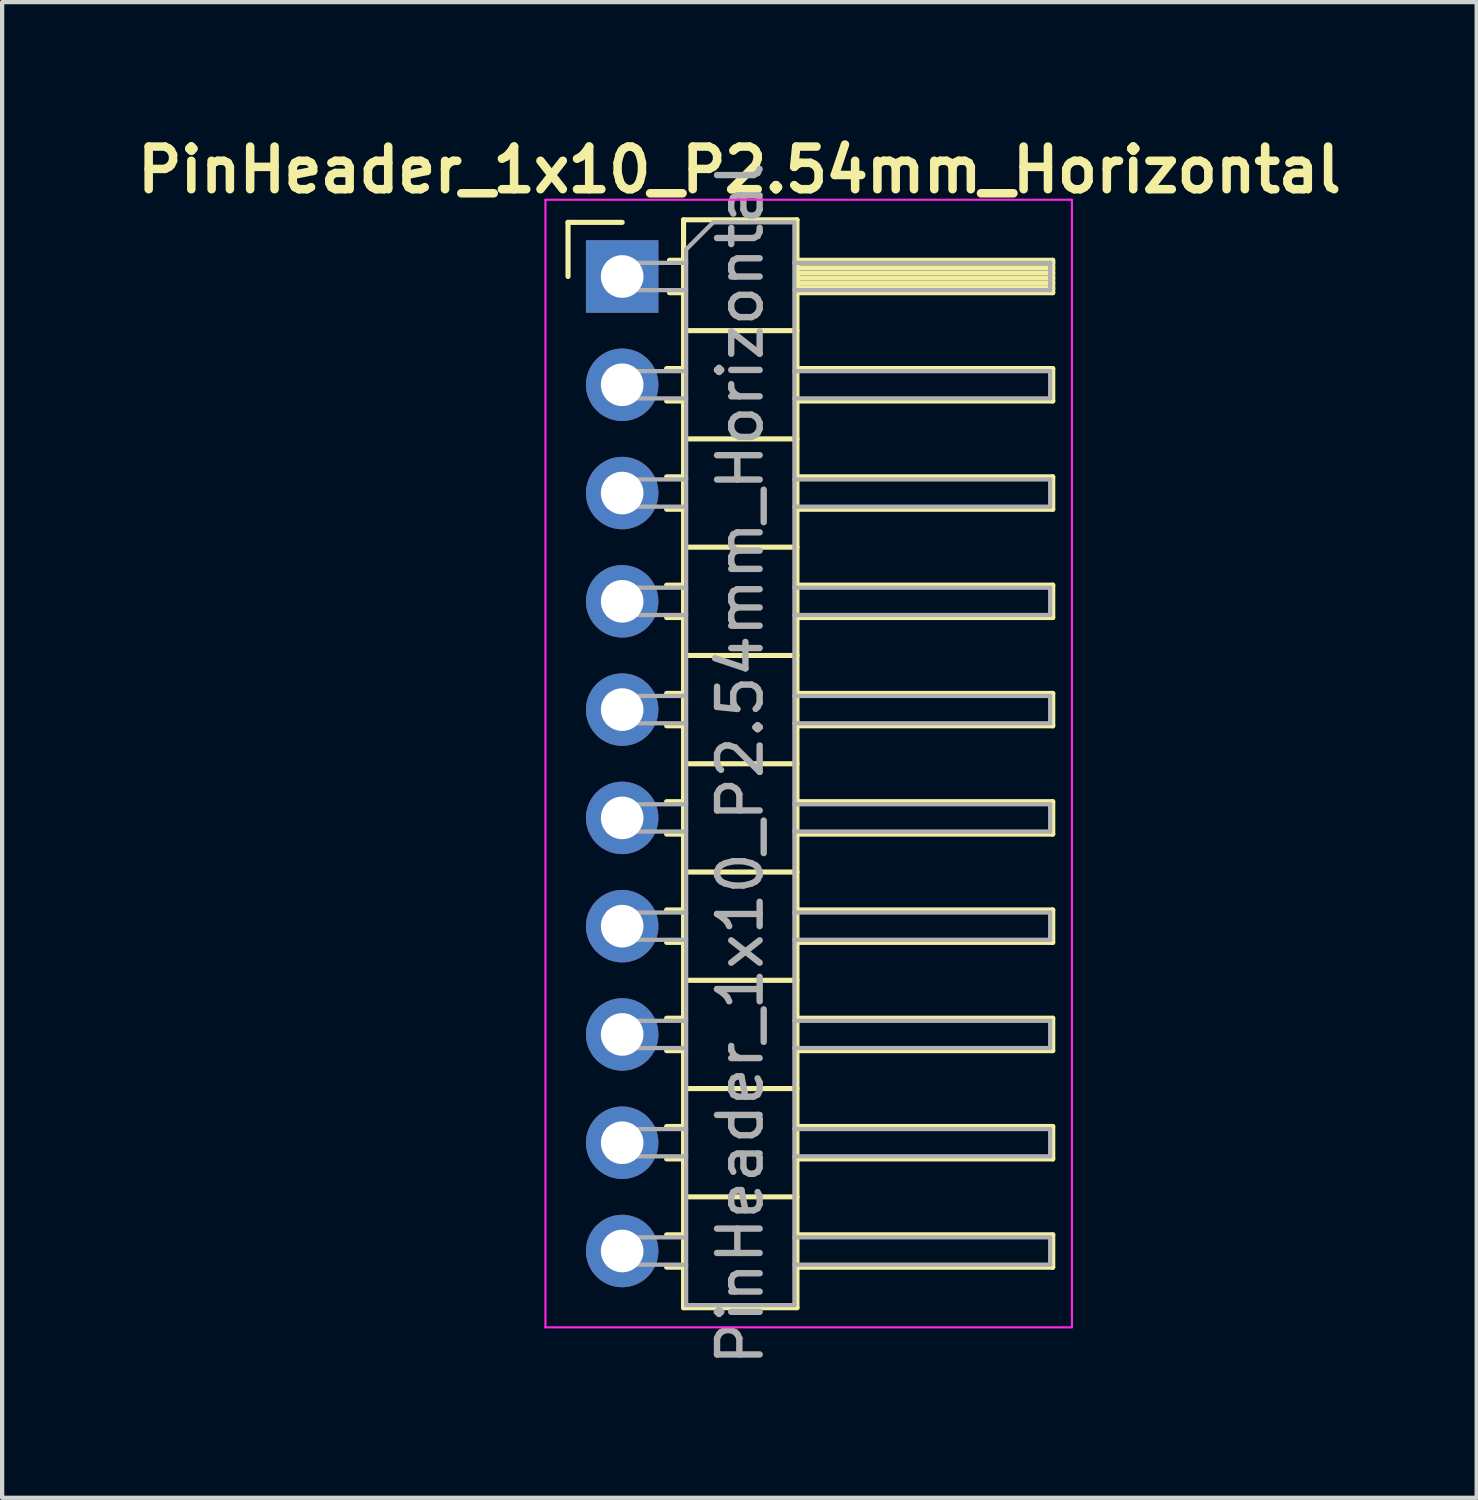
<source format=kicad_pcb>
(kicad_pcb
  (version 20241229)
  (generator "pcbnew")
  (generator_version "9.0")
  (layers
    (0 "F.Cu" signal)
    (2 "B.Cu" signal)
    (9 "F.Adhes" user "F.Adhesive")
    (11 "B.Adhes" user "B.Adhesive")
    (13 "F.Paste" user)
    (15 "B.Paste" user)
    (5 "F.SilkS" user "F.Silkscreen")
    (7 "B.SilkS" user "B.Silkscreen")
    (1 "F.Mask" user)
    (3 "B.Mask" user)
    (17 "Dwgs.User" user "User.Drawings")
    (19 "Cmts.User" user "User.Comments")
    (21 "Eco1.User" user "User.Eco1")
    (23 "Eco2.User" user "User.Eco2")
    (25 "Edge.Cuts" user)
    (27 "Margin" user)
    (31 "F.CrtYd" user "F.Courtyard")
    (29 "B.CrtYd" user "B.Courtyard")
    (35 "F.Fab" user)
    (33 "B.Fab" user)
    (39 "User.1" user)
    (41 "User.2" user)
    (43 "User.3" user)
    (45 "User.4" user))
  (footprint "PinHeader_1x10_P2.54mm_Horizontal"
    (layer "F.Cu")
    (at 11.545 3.436)
    (property "Reference" "PinHeader_1x10_P2.54mm_Horizontal" (at 2.75 -2.5 0) (layer "F.SilkS") (effects (font (size 1 1) (thickness 0.2) (bold yes))))
    (attr through_hole)
    (fp_line (start -1.27 -1.27) (end 0 -1.27) (stroke (width 0.12) (type solid)) (layer "F.SilkS"))
    (fp_line (start -1.27 0) (end -1.27 -1.27) (stroke (width 0.12) (type solid)) (layer "F.SilkS"))
    (fp_line (start 1.043 2.16) (end 1.44 2.16) (stroke (width 0.12) (type solid)) (layer "F.SilkS"))
    (fp_line (start 1.043 2.92) (end 1.44 2.92) (stroke (width 0.12) (type solid)) (layer "F.SilkS"))
    (fp_line (start 1.043 4.7) (end 1.44 4.7) (stroke (width 0.12) (type solid)) (layer "F.SilkS"))
    (fp_line (start 1.043 5.46) (end 1.44 5.46) (stroke (width 0.12) (type solid)) (layer "F.SilkS"))
    (fp_line (start 1.043 7.24) (end 1.44 7.24) (stroke (width 0.12) (type solid)) (layer "F.SilkS"))
    (fp_line (start 1.043 8) (end 1.44 8) (stroke (width 0.12) (type solid)) (layer "F.SilkS"))
    (fp_line (start 1.043 9.78) (end 1.44 9.78) (stroke (width 0.12) (type solid)) (layer "F.SilkS"))
    (fp_line (start 1.043 10.54) (end 1.44 10.54) (stroke (width 0.12) (type solid)) (layer "F.SilkS"))
    (fp_line (start 1.043 12.32) (end 1.44 12.32) (stroke (width 0.12) (type solid)) (layer "F.SilkS"))
    (fp_line (start 1.043 13.08) (end 1.44 13.08) (stroke (width 0.12) (type solid)) (layer "F.SilkS"))
    (fp_line (start 1.043 14.86) (end 1.44 14.86) (stroke (width 0.12) (type solid)) (layer "F.SilkS"))
    (fp_line (start 1.043 15.62) (end 1.44 15.62) (stroke (width 0.12) (type solid)) (layer "F.SilkS"))
    (fp_line (start 1.043 17.4) (end 1.44 17.4) (stroke (width 0.12) (type solid)) (layer "F.SilkS"))
    (fp_line (start 1.043 18.16) (end 1.44 18.16) (stroke (width 0.12) (type solid)) (layer "F.SilkS"))
    (fp_line (start 1.043 19.94) (end 1.44 19.94) (stroke (width 0.12) (type solid)) (layer "F.SilkS"))
    (fp_line (start 1.043 20.7) (end 1.44 20.7) (stroke (width 0.12) (type solid)) (layer "F.SilkS"))
    (fp_line (start 1.043 22.48) (end 1.44 22.48) (stroke (width 0.12) (type solid)) (layer "F.SilkS"))
    (fp_line (start 1.043 23.24) (end 1.44 23.24) (stroke (width 0.12) (type solid)) (layer "F.SilkS"))
    (fp_line (start 1.11 -0.38) (end 1.44 -0.38) (stroke (width 0.12) (type solid)) (layer "F.SilkS"))
    (fp_line (start 1.11 0.38) (end 1.44 0.38) (stroke (width 0.12) (type solid)) (layer "F.SilkS"))
    (fp_line (start 1.44 -1.33) (end 1.44 24.19) (stroke (width 0.12) (type solid)) (layer "F.SilkS"))
    (fp_line (start 1.44 1.27) (end 4.1 1.27) (stroke (width 0.12) (type solid)) (layer "F.SilkS"))
    (fp_line (start 1.44 3.81) (end 4.1 3.81) (stroke (width 0.12) (type solid)) (layer "F.SilkS"))
    (fp_line (start 1.44 6.35) (end 4.1 6.35) (stroke (width 0.12) (type solid)) (layer "F.SilkS"))
    (fp_line (start 1.44 8.89) (end 4.1 8.89) (stroke (width 0.12) (type solid)) (layer "F.SilkS"))
    (fp_line (start 1.44 11.43) (end 4.1 11.43) (stroke (width 0.12) (type solid)) (layer "F.SilkS"))
    (fp_line (start 1.44 13.97) (end 4.1 13.97) (stroke (width 0.12) (type solid)) (layer "F.SilkS"))
    (fp_line (start 1.44 16.51) (end 4.1 16.51) (stroke (width 0.12) (type solid)) (layer "F.SilkS"))
    (fp_line (start 1.44 19.05) (end 4.1 19.05) (stroke (width 0.12) (type solid)) (layer "F.SilkS"))
    (fp_line (start 1.44 21.59) (end 4.1 21.59) (stroke (width 0.12) (type solid)) (layer "F.SilkS"))
    (fp_line (start 1.44 24.19) (end 4.1 24.19) (stroke (width 0.12) (type solid)) (layer "F.SilkS"))
    (fp_line (start 4.1 -1.33) (end 1.44 -1.33) (stroke (width 0.12) (type solid)) (layer "F.SilkS"))
    (fp_line (start 4.1 -0.38) (end 10.1 -0.38) (stroke (width 0.12) (type solid)) (layer "F.SilkS"))
    (fp_line (start 4.1 -0.32) (end 10.1 -0.32) (stroke (width 0.12) (type solid)) (layer "F.SilkS"))
    (fp_line (start 4.1 -0.2) (end 10.1 -0.2) (stroke (width 0.12) (type solid)) (layer "F.SilkS"))
    (fp_line (start 4.1 -0.08) (end 10.1 -0.08) (stroke (width 0.12) (type solid)) (layer "F.SilkS"))
    (fp_line (start 4.1 0.04) (end 10.1 0.04) (stroke (width 0.12) (type solid)) (layer "F.SilkS"))
    (fp_line (start 4.1 0.16) (end 10.1 0.16) (stroke (width 0.12) (type solid)) (layer "F.SilkS"))
    (fp_line (start 4.1 0.28) (end 10.1 0.28) (stroke (width 0.12) (type solid)) (layer "F.SilkS"))
    (fp_line (start 4.1 2.16) (end 10.1 2.16) (stroke (width 0.12) (type solid)) (layer "F.SilkS"))
    (fp_line (start 4.1 4.7) (end 10.1 4.7) (stroke (width 0.12) (type solid)) (layer "F.SilkS"))
    (fp_line (start 4.1 7.24) (end 10.1 7.24) (stroke (width 0.12) (type solid)) (layer "F.SilkS"))
    (fp_line (start 4.1 9.78) (end 10.1 9.78) (stroke (width 0.12) (type solid)) (layer "F.SilkS"))
    (fp_line (start 4.1 12.32) (end 10.1 12.32) (stroke (width 0.12) (type solid)) (layer "F.SilkS"))
    (fp_line (start 4.1 14.86) (end 10.1 14.86) (stroke (width 0.12) (type solid)) (layer "F.SilkS"))
    (fp_line (start 4.1 17.4) (end 10.1 17.4) (stroke (width 0.12) (type solid)) (layer "F.SilkS"))
    (fp_line (start 4.1 19.94) (end 10.1 19.94) (stroke (width 0.12) (type solid)) (layer "F.SilkS"))
    (fp_line (start 4.1 22.48) (end 10.1 22.48) (stroke (width 0.12) (type solid)) (layer "F.SilkS"))
    (fp_line (start 4.1 24.19) (end 4.1 -1.33) (stroke (width 0.12) (type solid)) (layer "F.SilkS"))
    (fp_line (start 10.1 -0.38) (end 10.1 0.38) (stroke (width 0.12) (type solid)) (layer "F.SilkS"))
    (fp_line (start 10.1 0.38) (end 4.1 0.38) (stroke (width 0.12) (type solid)) (layer "F.SilkS"))
    (fp_line (start 10.1 2.16) (end 10.1 2.92) (stroke (width 0.12) (type solid)) (layer "F.SilkS"))
    (fp_line (start 10.1 2.92) (end 4.1 2.92) (stroke (width 0.12) (type solid)) (layer "F.SilkS"))
    (fp_line (start 10.1 4.7) (end 10.1 5.46) (stroke (width 0.12) (type solid)) (layer "F.SilkS"))
    (fp_line (start 10.1 5.46) (end 4.1 5.46) (stroke (width 0.12) (type solid)) (layer "F.SilkS"))
    (fp_line (start 10.1 7.24) (end 10.1 8) (stroke (width 0.12) (type solid)) (layer "F.SilkS"))
    (fp_line (start 10.1 8) (end 4.1 8) (stroke (width 0.12) (type solid)) (layer "F.SilkS"))
    (fp_line (start 10.1 9.78) (end 10.1 10.54) (stroke (width 0.12) (type solid)) (layer "F.SilkS"))
    (fp_line (start 10.1 10.54) (end 4.1 10.54) (stroke (width 0.12) (type solid)) (layer "F.SilkS"))
    (fp_line (start 10.1 12.32) (end 10.1 13.08) (stroke (width 0.12) (type solid)) (layer "F.SilkS"))
    (fp_line (start 10.1 13.08) (end 4.1 13.08) (stroke (width 0.12) (type solid)) (layer "F.SilkS"))
    (fp_line (start 10.1 14.86) (end 10.1 15.62) (stroke (width 0.12) (type solid)) (layer "F.SilkS"))
    (fp_line (start 10.1 15.62) (end 4.1 15.62) (stroke (width 0.12) (type solid)) (layer "F.SilkS"))
    (fp_line (start 10.1 17.4) (end 10.1 18.16) (stroke (width 0.12) (type solid)) (layer "F.SilkS"))
    (fp_line (start 10.1 18.16) (end 4.1 18.16) (stroke (width 0.12) (type solid)) (layer "F.SilkS"))
    (fp_line (start 10.1 19.94) (end 10.1 20.7) (stroke (width 0.12) (type solid)) (layer "F.SilkS"))
    (fp_line (start 10.1 20.7) (end 4.1 20.7) (stroke (width 0.12) (type solid)) (layer "F.SilkS"))
    (fp_line (start 10.1 22.48) (end 10.1 23.24) (stroke (width 0.12) (type solid)) (layer "F.SilkS"))
    (fp_line (start 10.1 23.24) (end 4.1 23.24) (stroke (width 0.12) (type solid)) (layer "F.SilkS"))
    (fp_line (start -1.8 -1.8) (end -1.8 24.65) (stroke (width 0.05) (type solid)) (layer "F.CrtYd"))
    (fp_line (start -1.8 24.65) (end 10.55 24.65) (stroke (width 0.05) (type solid)) (layer "F.CrtYd"))
    (fp_line (start 10.55 -1.8) (end -1.8 -1.8) (stroke (width 0.05) (type solid)) (layer "F.CrtYd"))
    (fp_line (start 10.55 24.65) (end 10.55 -1.8) (stroke (width 0.05) (type solid)) (layer "F.CrtYd"))
    (fp_line (start -0.32 -0.32) (end -0.32 0.32) (stroke (width 0.1) (type solid)) (layer "F.Fab"))
    (fp_line (start -0.32 -0.32) (end 1.5 -0.32) (stroke (width 0.1) (type solid)) (layer "F.Fab"))
    (fp_line (start -0.32 0.32) (end 1.5 0.32) (stroke (width 0.1) (type solid)) (layer "F.Fab"))
    (fp_line (start -0.32 2.22) (end -0.32 2.86) (stroke (width 0.1) (type solid)) (layer "F.Fab"))
    (fp_line (start -0.32 2.22) (end 1.5 2.22) (stroke (width 0.1) (type solid)) (layer "F.Fab"))
    (fp_line (start -0.32 2.86) (end 1.5 2.86) (stroke (width 0.1) (type solid)) (layer "F.Fab"))
    (fp_line (start -0.32 4.76) (end -0.32 5.4) (stroke (width 0.1) (type solid)) (layer "F.Fab"))
    (fp_line (start -0.32 4.76) (end 1.5 4.76) (stroke (width 0.1) (type solid)) (layer "F.Fab"))
    (fp_line (start -0.32 5.4) (end 1.5 5.4) (stroke (width 0.1) (type solid)) (layer "F.Fab"))
    (fp_line (start -0.32 7.3) (end -0.32 7.94) (stroke (width 0.1) (type solid)) (layer "F.Fab"))
    (fp_line (start -0.32 7.3) (end 1.5 7.3) (stroke (width 0.1) (type solid)) (layer "F.Fab"))
    (fp_line (start -0.32 7.94) (end 1.5 7.94) (stroke (width 0.1) (type solid)) (layer "F.Fab"))
    (fp_line (start -0.32 9.84) (end -0.32 10.48) (stroke (width 0.1) (type solid)) (layer "F.Fab"))
    (fp_line (start -0.32 9.84) (end 1.5 9.84) (stroke (width 0.1) (type solid)) (layer "F.Fab"))
    (fp_line (start -0.32 10.48) (end 1.5 10.48) (stroke (width 0.1) (type solid)) (layer "F.Fab"))
    (fp_line (start -0.32 12.38) (end -0.32 13.02) (stroke (width 0.1) (type solid)) (layer "F.Fab"))
    (fp_line (start -0.32 12.38) (end 1.5 12.38) (stroke (width 0.1) (type solid)) (layer "F.Fab"))
    (fp_line (start -0.32 13.02) (end 1.5 13.02) (stroke (width 0.1) (type solid)) (layer "F.Fab"))
    (fp_line (start -0.32 14.92) (end -0.32 15.56) (stroke (width 0.1) (type solid)) (layer "F.Fab"))
    (fp_line (start -0.32 14.92) (end 1.5 14.92) (stroke (width 0.1) (type solid)) (layer "F.Fab"))
    (fp_line (start -0.32 15.56) (end 1.5 15.56) (stroke (width 0.1) (type solid)) (layer "F.Fab"))
    (fp_line (start -0.32 17.46) (end -0.32 18.1) (stroke (width 0.1) (type solid)) (layer "F.Fab"))
    (fp_line (start -0.32 17.46) (end 1.5 17.46) (stroke (width 0.1) (type solid)) (layer "F.Fab"))
    (fp_line (start -0.32 18.1) (end 1.5 18.1) (stroke (width 0.1) (type solid)) (layer "F.Fab"))
    (fp_line (start -0.32 20) (end -0.32 20.64) (stroke (width 0.1) (type solid)) (layer "F.Fab"))
    (fp_line (start -0.32 20) (end 1.5 20) (stroke (width 0.1) (type solid)) (layer "F.Fab"))
    (fp_line (start -0.32 20.64) (end 1.5 20.64) (stroke (width 0.1) (type solid)) (layer "F.Fab"))
    (fp_line (start -0.32 22.54) (end -0.32 23.18) (stroke (width 0.1) (type solid)) (layer "F.Fab"))
    (fp_line (start -0.32 22.54) (end 1.5 22.54) (stroke (width 0.1) (type solid)) (layer "F.Fab"))
    (fp_line (start -0.32 23.18) (end 1.5 23.18) (stroke (width 0.1) (type solid)) (layer "F.Fab"))
    (fp_line (start 1.5 -0.635) (end 2.135 -1.27) (stroke (width 0.1) (type solid)) (layer "F.Fab"))
    (fp_line (start 1.5 24.13) (end 1.5 -0.635) (stroke (width 0.1) (type solid)) (layer "F.Fab"))
    (fp_line (start 2.135 -1.27) (end 4.04 -1.27) (stroke (width 0.1) (type solid)) (layer "F.Fab"))
    (fp_line (start 4.04 -1.27) (end 4.04 24.13) (stroke (width 0.1) (type solid)) (layer "F.Fab"))
    (fp_line (start 4.04 -0.32) (end 10.04 -0.32) (stroke (width 0.1) (type solid)) (layer "F.Fab"))
    (fp_line (start 4.04 0.32) (end 10.04 0.32) (stroke (width 0.1) (type solid)) (layer "F.Fab"))
    (fp_line (start 4.04 2.22) (end 10.04 2.22) (stroke (width 0.1) (type solid)) (layer "F.Fab"))
    (fp_line (start 4.04 2.86) (end 10.04 2.86) (stroke (width 0.1) (type solid)) (layer "F.Fab"))
    (fp_line (start 4.04 4.76) (end 10.04 4.76) (stroke (width 0.1) (type solid)) (layer "F.Fab"))
    (fp_line (start 4.04 5.4) (end 10.04 5.4) (stroke (width 0.1) (type solid)) (layer "F.Fab"))
    (fp_line (start 4.04 7.3) (end 10.04 7.3) (stroke (width 0.1) (type solid)) (layer "F.Fab"))
    (fp_line (start 4.04 7.94) (end 10.04 7.94) (stroke (width 0.1) (type solid)) (layer "F.Fab"))
    (fp_line (start 4.04 9.84) (end 10.04 9.84) (stroke (width 0.1) (type solid)) (layer "F.Fab"))
    (fp_line (start 4.04 10.48) (end 10.04 10.48) (stroke (width 0.1) (type solid)) (layer "F.Fab"))
    (fp_line (start 4.04 12.38) (end 10.04 12.38) (stroke (width 0.1) (type solid)) (layer "F.Fab"))
    (fp_line (start 4.04 13.02) (end 10.04 13.02) (stroke (width 0.1) (type solid)) (layer "F.Fab"))
    (fp_line (start 4.04 14.92) (end 10.04 14.92) (stroke (width 0.1) (type solid)) (layer "F.Fab"))
    (fp_line (start 4.04 15.56) (end 10.04 15.56) (stroke (width 0.1) (type solid)) (layer "F.Fab"))
    (fp_line (start 4.04 17.46) (end 10.04 17.46) (stroke (width 0.1) (type solid)) (layer "F.Fab"))
    (fp_line (start 4.04 18.1) (end 10.04 18.1) (stroke (width 0.1) (type solid)) (layer "F.Fab"))
    (fp_line (start 4.04 20) (end 10.04 20) (stroke (width 0.1) (type solid)) (layer "F.Fab"))
    (fp_line (start 4.04 20.64) (end 10.04 20.64) (stroke (width 0.1) (type solid)) (layer "F.Fab"))
    (fp_line (start 4.04 22.54) (end 10.04 22.54) (stroke (width 0.1) (type solid)) (layer "F.Fab"))
    (fp_line (start 4.04 23.18) (end 10.04 23.18) (stroke (width 0.1) (type solid)) (layer "F.Fab"))
    (fp_line (start 4.04 24.13) (end 1.5 24.13) (stroke (width 0.1) (type solid)) (layer "F.Fab"))
    (fp_line (start 10.04 -0.32) (end 10.04 0.32) (stroke (width 0.1) (type solid)) (layer "F.Fab"))
    (fp_line (start 10.04 2.22) (end 10.04 2.86) (stroke (width 0.1) (type solid)) (layer "F.Fab"))
    (fp_line (start 10.04 4.76) (end 10.04 5.4) (stroke (width 0.1) (type solid)) (layer "F.Fab"))
    (fp_line (start 10.04 7.3) (end 10.04 7.94) (stroke (width 0.1) (type solid)) (layer "F.Fab"))
    (fp_line (start 10.04 9.84) (end 10.04 10.48) (stroke (width 0.1) (type solid)) (layer "F.Fab"))
    (fp_line (start 10.04 12.38) (end 10.04 13.02) (stroke (width 0.1) (type solid)) (layer "F.Fab"))
    (fp_line (start 10.04 14.92) (end 10.04 15.56) (stroke (width 0.1) (type solid)) (layer "F.Fab"))
    (fp_line (start 10.04 17.46) (end 10.04 18.1) (stroke (width 0.1) (type solid)) (layer "F.Fab"))
    (fp_line (start 10.04 20) (end 10.04 20.64) (stroke (width 0.1) (type solid)) (layer "F.Fab"))
    (fp_line (start 10.04 22.54) (end 10.04 23.18) (stroke (width 0.1) (type solid)) (layer "F.Fab"))
    (fp_text user "${REFERENCE}" (at 2.77 11.43 90) (layer "F.Fab") (effects (font (size 1 1) (thickness 0.15))))
    (pad "1" thru_hole rect (at 0 0) (size 1.7 1.7) (drill 1) (layers "*.Cu" "*.Mask"))
    (pad "2" thru_hole oval (at 0 2.54) (size 1.7 1.7) (drill 1) (layers "*.Cu" "*.Mask"))
    (pad "3" thru_hole oval (at 0 5.08) (size 1.7 1.7) (drill 1) (layers "*.Cu" "*.Mask"))
    (pad "4" thru_hole oval (at 0 7.62) (size 1.7 1.7) (drill 1) (layers "*.Cu" "*.Mask"))
    (pad "5" thru_hole oval (at 0 10.16) (size 1.7 1.7) (drill 1) (layers "*.Cu" "*.Mask"))
    (pad "6" thru_hole oval (at 0 12.7) (size 1.7 1.7) (drill 1) (layers "*.Cu" "*.Mask"))
    (pad "7" thru_hole oval (at 0 15.24) (size 1.7 1.7) (drill 1) (layers "*.Cu" "*.Mask"))
    (pad "8" thru_hole oval (at 0 17.78) (size 1.7 1.7) (drill 1) (layers "*.Cu" "*.Mask"))
    (pad "9" thru_hole oval (at 0 20.32) (size 1.7 1.7) (drill 1) (layers "*.Cu" "*.Mask"))
    (pad "10" thru_hole oval (at 0 22.86) (size 1.7 1.7) (drill 1) (layers "*.Cu" "*.Mask")))
  (gr_rect
    (start -3 -3)
    (end 31.59 32.086)
    (stroke (width 0.1) (type default))
    (fill no)
    (layer "Edge.Cuts")))
</source>
